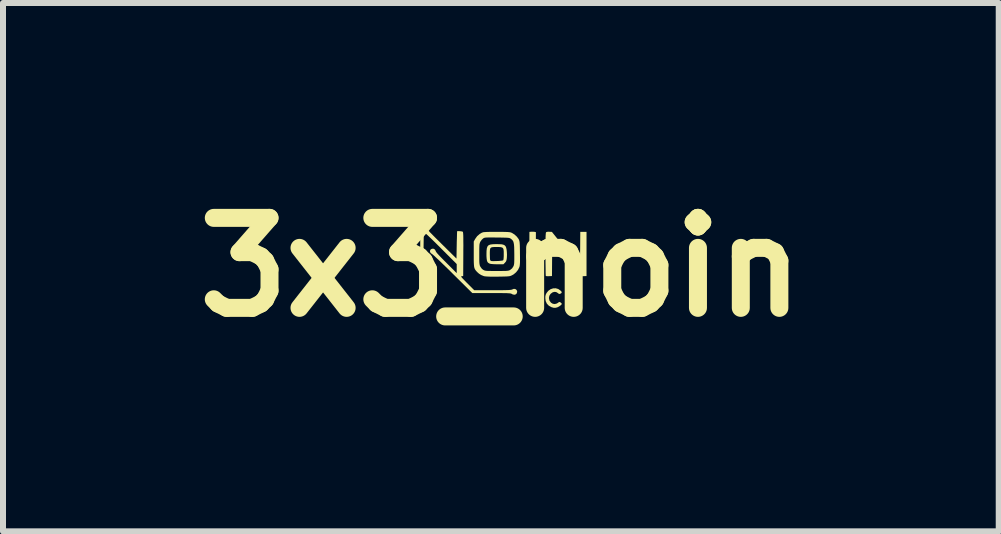
<source format=kicad_pcb>
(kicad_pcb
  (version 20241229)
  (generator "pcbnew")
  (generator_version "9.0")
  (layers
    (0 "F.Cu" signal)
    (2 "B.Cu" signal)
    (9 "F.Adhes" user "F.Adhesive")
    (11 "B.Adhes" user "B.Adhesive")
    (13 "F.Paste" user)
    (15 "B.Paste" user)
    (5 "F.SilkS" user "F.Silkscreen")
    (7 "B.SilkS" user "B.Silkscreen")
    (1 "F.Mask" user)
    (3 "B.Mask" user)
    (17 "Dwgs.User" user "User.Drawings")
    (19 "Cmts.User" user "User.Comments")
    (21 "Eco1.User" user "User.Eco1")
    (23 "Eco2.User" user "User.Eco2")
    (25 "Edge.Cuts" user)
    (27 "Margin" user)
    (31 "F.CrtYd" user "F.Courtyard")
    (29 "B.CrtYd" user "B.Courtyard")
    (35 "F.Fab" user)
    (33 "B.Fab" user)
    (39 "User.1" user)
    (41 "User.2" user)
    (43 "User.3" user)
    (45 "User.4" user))
  (footprint "3x3_noin"
    (layer "F.Cu")
    (at 5.3 1.404)
    (property "Reference" "3x3_noin" (at 0 0 0) (layer "F.SilkS") (effects (font (size 1.5 1.5) (thickness 0.3))))
    (attr board_only exclude_from_pos_files exclude_from_bom)
    (fp_poly (pts (xy 0.544 0.488) (xy 0.544 0.616) (xy 0.612 0.616) (xy 0.68 0.616) (xy 0.68 0.64) (xy 0.68 0.664) (xy 0.58 0.664) (xy 0.48 0.664) (xy 0.48 0.512) (xy 0.48 0.36) (xy 0.512 0.36) (xy 0.544 0.36)) (stroke (width 0) (type solid)) (fill yes) (layer "F.SilkS"))
    (fp_poly (pts (xy 0.561 -0.589) (xy 0.565 -0.588) (xy 0.584 -0.584) (xy 0.582 -0.218) (xy 0.58 0.148) (xy 0.53 0.15) (xy 0.499 0.151) (xy 0.481 0.147) (xy 0.476 0.142) (xy 0.475 0.132) (xy 0.474 0.108) (xy 0.474 0.071) (xy 0.474 0.023) (xy 0.473 -0.034) (xy 0.473 -0.099) (xy 0.474 -0.17) (xy 0.474 -0.228) (xy 0.476 -0.588) (xy 0.511 -0.591) (xy 0.538 -0.591)) (stroke (width 0) (type solid)) (fill yes) (layer "F.SilkS"))
    (fp_poly (pts (xy 0.957 0.364) (xy 0.994 0.39) (xy 1.011 0.408) (xy 1.015 0.421) (xy 1.007 0.433) (xy 1.002 0.437) (xy 0.982 0.447) (xy 0.964 0.443) (xy 0.951 0.432) (xy 0.921 0.414) (xy 0.888 0.412) (xy 0.859 0.422) (xy 0.828 0.446) (xy 0.808 0.478) (xy 0.801 0.514) (xy 0.808 0.55) (xy 0.812 0.56) (xy 0.836 0.592) (xy 0.866 0.61) (xy 0.899 0.615) (xy 0.933 0.606) (xy 0.949 0.596) (xy 0.967 0.583) (xy 0.978 0.58) (xy 0.99 0.585) (xy 0.996 0.589) (xy 1.01 0.601) (xy 1.016 0.613) (xy 1.009 0.625) (xy 0.992 0.64) (xy 0.969 0.656) (xy 0.943 0.669) (xy 0.937 0.671) (xy 0.907 0.678) (xy 0.88 0.677) (xy 0.847 0.668) (xy 0.844 0.667) (xy 0.8 0.643) (xy 0.767 0.609) (xy 0.747 0.565) (xy 0.741 0.516) (xy 0.742 0.483) (xy 0.749 0.456) (xy 0.762 0.43) (xy 0.792 0.393) (xy 0.83 0.367) (xy 0.872 0.353) (xy 0.915 0.352)) (stroke (width 0) (type solid)) (fill yes) (layer "F.SilkS"))
    (fp_poly (pts (xy -0.022 -0.383) (xy 0.014 -0.381) (xy 0.04 -0.375) (xy 0.059 -0.367) (xy 0.073 -0.354) (xy 0.081 -0.344) (xy 0.089 -0.323) (xy 0.096 -0.291) (xy 0.1 -0.251) (xy 0.102 -0.207) (xy 0.1 -0.163) (xy 0.099 -0.148) (xy 0.094 -0.118) (xy 0.086 -0.096) (xy 0.071 -0.078) (xy 0.068 -0.074) (xy 0.042 -0.048) (xy -0.061 -0.048) (xy -0.118 -0.05) (xy -0.159 -0.053) (xy -0.185 -0.058) (xy -0.189 -0.06) (xy -0.209 -0.071) (xy -0.223 -0.086) (xy -0.232 -0.109) (xy -0.237 -0.141) (xy -0.24 -0.185) (xy -0.24 -0.216) (xy -0.24 -0.217) (xy -0.184 -0.217) (xy -0.183 -0.179) (xy -0.182 -0.147) (xy -0.18 -0.125) (xy -0.178 -0.115) (xy -0.166 -0.106) (xy -0.156 -0.102) (xy -0.138 -0.101) (xy -0.111 -0.101) (xy -0.077 -0.102) (xy -0.042 -0.103) (xy -0.008 -0.106) (xy 0.019 -0.109) (xy 0.035 -0.113) (xy 0.038 -0.114) (xy 0.043 -0.125) (xy 0.046 -0.149) (xy 0.048 -0.187) (xy 0.048 -0.213) (xy 0.048 -0.26) (xy 0.045 -0.293) (xy 0.037 -0.315) (xy 0.023 -0.327) (xy -0.001 -0.334) (xy -0.035 -0.336) (xy -0.069 -0.336) (xy -0.114 -0.336) (xy -0.145 -0.333) (xy -0.165 -0.326) (xy -0.177 -0.312) (xy -0.182 -0.288) (xy -0.184 -0.252) (xy -0.184 -0.217) (xy -0.24 -0.217) (xy -0.239 -0.272) (xy -0.234 -0.314) (xy -0.224 -0.344) (xy -0.207 -0.364) (xy -0.18 -0.376) (xy -0.141 -0.382) (xy -0.09 -0.384) (xy -0.07 -0.384)) (stroke (width 0) (type solid)) (fill yes) (layer "F.SilkS"))
    (fp_poly (pts (xy 0.809 -0.59) (xy 0.851 -0.588) (xy 0.935 -0.483) (xy 1.014 -0.387) (xy 1.082 -0.303) (xy 1.141 -0.231) (xy 1.191 -0.17) (xy 1.232 -0.121) (xy 1.265 -0.083) (xy 1.289 -0.056) (xy 1.305 -0.039) (xy 1.313 -0.032) (xy 1.314 -0.032) (xy 1.315 -0.04) (xy 1.317 -0.062) (xy 1.318 -0.096) (xy 1.319 -0.141) (xy 1.32 -0.194) (xy 1.321 -0.255) (xy 1.322 -0.31) (xy 1.324 -0.588) (xy 1.376 -0.588) (xy 1.428 -0.588) (xy 1.428 -0.22) (xy 1.428 0.148) (xy 1.381 0.15) (xy 1.351 0.151) (xy 1.331 0.147) (xy 1.318 0.138) (xy 1.31 0.129) (xy 1.292 0.11) (xy 1.268 0.081) (xy 1.237 0.045) (xy 1.201 0.003) (xy 1.163 -0.043) (xy 1.122 -0.092) (xy 1.08 -0.141) (xy 1.04 -0.19) (xy 1.001 -0.236) (xy 0.966 -0.279) (xy 0.936 -0.315) (xy 0.912 -0.345) (xy 0.908 -0.35) (xy 0.889 -0.373) (xy 0.873 -0.391) (xy 0.863 -0.4) (xy 0.862 -0.4) (xy 0.861 -0.392) (xy 0.859 -0.37) (xy 0.858 -0.336) (xy 0.857 -0.292) (xy 0.855 -0.238) (xy 0.855 -0.178) (xy 0.854 -0.126) (xy 0.852 0.148) (xy 0.804 0.15) (xy 0.777 0.151) (xy 0.757 0.149) (xy 0.75 0.147) (xy 0.748 0.138) (xy 0.747 0.115) (xy 0.746 0.079) (xy 0.746 0.032) (xy 0.745 -0.025) (xy 0.744 -0.089) (xy 0.744 -0.16) (xy 0.744 -0.216) (xy 0.744 -0.303) (xy 0.744 -0.376) (xy 0.745 -0.435) (xy 0.745 -0.482) (xy 0.746 -0.518) (xy 0.748 -0.545) (xy 0.749 -0.563) (xy 0.751 -0.575) (xy 0.754 -0.582) (xy 0.755 -0.583) (xy 0.77 -0.589) (xy 0.795 -0.591)) (stroke (width 0) (type solid)) (fill yes) (layer "F.SilkS"))
    (fp_poly (pts (xy -0.007 -0.588) (xy 0.045 -0.588) (xy 0.085 -0.587) (xy 0.115 -0.586) (xy 0.137 -0.584) (xy 0.154 -0.582) (xy 0.167 -0.578) (xy 0.179 -0.574) (xy 0.185 -0.571) (xy 0.227 -0.545) (xy 0.266 -0.509) (xy 0.296 -0.469) (xy 0.3 -0.46) (xy 0.305 -0.448) (xy 0.309 -0.435) (xy 0.312 -0.418) (xy 0.314 -0.395) (xy 0.316 -0.364) (xy 0.317 -0.322) (xy 0.318 -0.268) (xy 0.318 -0.233) (xy 0.319 -0.17) (xy 0.319 -0.12) (xy 0.319 -0.082) (xy 0.317 -0.053) (xy 0.315 -0.031) (xy 0.312 -0.013) (xy 0.307 0.002) (xy 0.307 0.002) (xy 0.286 0.045) (xy 0.253 0.086) (xy 0.213 0.12) (xy 0.182 0.137) (xy 0.168 0.143) (xy 0.154 0.148) (xy 0.139 0.151) (xy 0.119 0.153) (xy 0.093 0.155) (xy 0.058 0.156) (xy 0.012 0.157) (xy -0.048 0.158) (xy -0.056 0.158) (xy -0.126 0.158) (xy -0.181 0.158) (xy -0.224 0.156) (xy -0.255 0.154) (xy -0.276 0.151) (xy -0.284 0.149) (xy -0.329 0.131) (xy -0.365 0.108) (xy -0.393 0.083) (xy -0.41 0.065) (xy -0.423 0.049) (xy -0.433 0.033) (xy -0.441 0.014) (xy -0.446 -0.008) (xy -0.449 -0.038) (xy -0.451 -0.076) (xy -0.452 -0.124) (xy -0.452 -0.186) (xy -0.452 -0.216) (xy -0.36 -0.216) (xy -0.36 -0.159) (xy -0.36 -0.115) (xy -0.359 -0.082) (xy -0.357 -0.058) (xy -0.354 -0.041) (xy -0.351 -0.027) (xy -0.345 -0.015) (xy -0.342 -0.008) (xy -0.316 0.028) (xy -0.292 0.046) (xy -0.281 0.051) (xy -0.27 0.056) (xy -0.257 0.059) (xy -0.238 0.061) (xy -0.213 0.063) (xy -0.179 0.063) (xy -0.133 0.064) (xy -0.074 0.064) (xy -0.068 0.064) (xy -0.007 0.064) (xy 0.039 0.063) (xy 0.075 0.063) (xy 0.1 0.061) (xy 0.119 0.059) (xy 0.133 0.056) (xy 0.144 0.052) (xy 0.154 0.046) (xy 0.155 0.046) (xy 0.186 0.021) (xy 0.205 -0.007) (xy 0.212 -0.02) (xy 0.216 -0.032) (xy 0.219 -0.046) (xy 0.222 -0.065) (xy 0.223 -0.092) (xy 0.224 -0.128) (xy 0.224 -0.175) (xy 0.224 -0.215) (xy 0.223 -0.281) (xy 0.222 -0.333) (xy 0.219 -0.374) (xy 0.214 -0.404) (xy 0.207 -0.428) (xy 0.197 -0.445) (xy 0.183 -0.46) (xy 0.167 -0.473) (xy 0.158 -0.479) (xy 0.149 -0.483) (xy 0.138 -0.487) (xy 0.123 -0.489) (xy 0.101 -0.491) (xy 0.07 -0.492) (xy 0.029 -0.493) (xy -0.025 -0.494) (xy -0.064 -0.494) (xy -0.127 -0.495) (xy -0.175 -0.495) (xy -0.212 -0.495) (xy -0.239 -0.494) (xy -0.258 -0.493) (xy -0.272 -0.49) (xy -0.282 -0.487) (xy -0.29 -0.482) (xy -0.296 -0.478) (xy -0.317 -0.459) (xy -0.336 -0.434) (xy -0.342 -0.424) (xy -0.348 -0.412) (xy -0.352 -0.399) (xy -0.356 -0.384) (xy -0.358 -0.363) (xy -0.359 -0.336) (xy -0.36 -0.298) (xy -0.36 -0.249) (xy -0.36 -0.216) (xy -0.452 -0.216) (xy -0.452 -0.428) (xy -0.428 -0.471) (xy -0.396 -0.516) (xy -0.352 -0.554) (xy -0.32 -0.573) (xy -0.31 -0.577) (xy -0.299 -0.581) (xy -0.284 -0.584) (xy -0.264 -0.585) (xy -0.235 -0.587) (xy -0.198 -0.588) (xy -0.148 -0.588) (xy -0.085 -0.588) (xy -0.072 -0.588)) (stroke (width 0) (type solid)) (fill yes) (layer "F.SilkS"))
    (fp_poly (pts (xy -1.293 -0.75) (xy -1.263 -0.738) (xy -1.239 -0.716) (xy -1.223 -0.686) (xy -1.218 -0.655) (xy -1.219 -0.646) (xy -1.22 -0.639) (xy -1.219 -0.632) (xy -1.215 -0.624) (xy -1.208 -0.613) (xy -1.196 -0.598) (xy -1.178 -0.578) (xy -1.153 -0.553) (xy -1.121 -0.52) (xy -1.08 -0.479) (xy -1.029 -0.429) (xy -0.982 -0.382) (xy -0.74 -0.143) (xy -0.736 -0.37) (xy -0.735 -0.428) (xy -0.733 -0.481) (xy -0.732 -0.527) (xy -0.731 -0.562) (xy -0.73 -0.587) (xy -0.73 -0.598) (xy -0.73 -0.598) (xy -0.719 -0.601) (xy -0.699 -0.601) (xy -0.674 -0.599) (xy -0.651 -0.596) (xy -0.636 -0.591) (xy -0.633 -0.589) (xy -0.631 -0.581) (xy -0.629 -0.562) (xy -0.627 -0.532) (xy -0.626 -0.489) (xy -0.626 -0.434) (xy -0.625 -0.364) (xy -0.626 -0.28) (xy -0.626 -0.215) (xy -0.628 0.148) (xy -0.651 0.151) (xy -0.659 0.152) (xy -0.662 0.155) (xy -0.66 0.161) (xy -0.652 0.172) (xy -0.637 0.189) (xy -0.613 0.214) (xy -0.58 0.248) (xy -0.559 0.269) (xy -0.444 0.384) (xy -0.139 0.384) (xy -0.059 0.384) (xy 0.007 0.384) (xy 0.06 0.383) (xy 0.102 0.382) (xy 0.133 0.381) (xy 0.156 0.379) (xy 0.173 0.377) (xy 0.184 0.374) (xy 0.189 0.372) (xy 0.215 0.362) (xy 0.236 0.363) (xy 0.254 0.372) (xy 0.269 0.392) (xy 0.272 0.407) (xy 0.266 0.435) (xy 0.249 0.453) (xy 0.225 0.46) (xy 0.196 0.454) (xy 0.186 0.448) (xy 0.179 0.444) (xy 0.17 0.441) (xy 0.16 0.438) (xy 0.145 0.436) (xy 0.124 0.435) (xy 0.096 0.433) (xy 0.06 0.433) (xy 0.012 0.432) (xy -0.047 0.432) (xy -0.121 0.432) (xy -0.158 0.432) (xy -0.476 0.432) (xy -0.799 0.112) (xy -0.866 0.045) (xy -0.928 -0.015) (xy -0.985 -0.07) (xy -1.034 -0.117) (xy -1.076 -0.156) (xy -1.109 -0.187) (xy -1.133 -0.208) (xy -1.147 -0.219) (xy -1.149 -0.22) (xy -1.171 -0.236) (xy -1.181 -0.257) (xy -1.18 -0.278) (xy -1.168 -0.297) (xy -1.147 -0.307) (xy -1.121 -0.307) (xy -1.099 -0.293) (xy -1.086 -0.269) (xy -1.086 -0.267) (xy -1.079 -0.254) (xy -1.063 -0.233) (xy -1.036 -0.203) (xy -0.998 -0.163) (xy -0.949 -0.113) (xy -0.908 -0.072) (xy -0.736 0.1) (xy -0.736 0.024) (xy -0.736 -0.052) (xy -1.004 -0.32) (xy -1.075 -0.391) (xy -1.136 -0.451) (xy -1.186 -0.499) (xy -1.225 -0.536) (xy -1.254 -0.561) (xy -1.272 -0.576) (xy -1.28 -0.58) (xy -1.28 -0.579) (xy -1.282 -0.569) (xy -1.284 -0.544) (xy -1.286 -0.503) (xy -1.287 -0.449) (xy -1.288 -0.38) (xy -1.289 -0.299) (xy -1.29 -0.208) (xy -1.292 0.156) (xy -1.311 0.159) (xy -1.329 0.158) (xy -1.338 0.153) (xy -1.34 0.143) (xy -1.342 0.117) (xy -1.343 0.075) (xy -1.344 0.018) (xy -1.345 -0.054) (xy -1.345 -0.14) (xy -1.345 -0.21) (xy -1.343 -0.565) (xy -1.371 -0.6) (xy -1.393 -0.634) (xy -1.399 -0.664) (xy -1.398 -0.671) (xy -1.343 -0.671) (xy -1.343 -0.65) (xy -1.332 -0.633) (xy -1.312 -0.624) (xy -1.308 -0.624) (xy -1.29 -0.628) (xy -1.282 -0.634) (xy -1.273 -0.651) (xy -1.273 -0.673) (xy -1.282 -0.691) (xy -1.287 -0.696) (xy -1.307 -0.703) (xy -1.322 -0.699) (xy -1.331 -0.691) (xy -1.343 -0.671) (xy -1.398 -0.671) (xy -1.392 -0.695) (xy -1.384 -0.71) (xy -1.359 -0.737) (xy -1.328 -0.75)) (stroke (width 0) (type solid)) (fill yes) (layer "F.SilkS")))
  (gr_rect
    (start -3 -3)
    (end 13.6 5.808)
    (stroke (width 0.1) (type default))
    (fill no)
    (layer "Edge.Cuts")))
</source>
